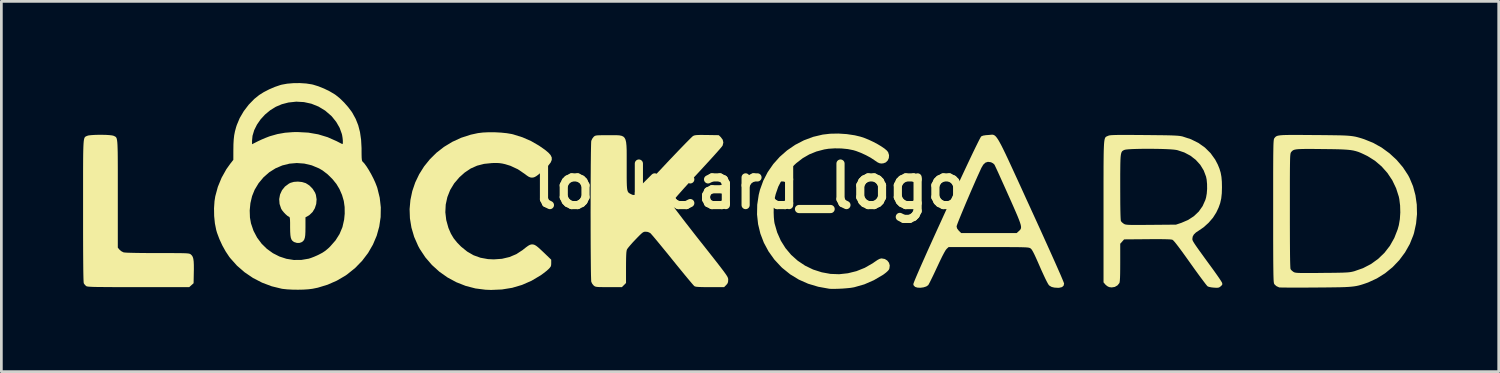
<source format=kicad_pcb>
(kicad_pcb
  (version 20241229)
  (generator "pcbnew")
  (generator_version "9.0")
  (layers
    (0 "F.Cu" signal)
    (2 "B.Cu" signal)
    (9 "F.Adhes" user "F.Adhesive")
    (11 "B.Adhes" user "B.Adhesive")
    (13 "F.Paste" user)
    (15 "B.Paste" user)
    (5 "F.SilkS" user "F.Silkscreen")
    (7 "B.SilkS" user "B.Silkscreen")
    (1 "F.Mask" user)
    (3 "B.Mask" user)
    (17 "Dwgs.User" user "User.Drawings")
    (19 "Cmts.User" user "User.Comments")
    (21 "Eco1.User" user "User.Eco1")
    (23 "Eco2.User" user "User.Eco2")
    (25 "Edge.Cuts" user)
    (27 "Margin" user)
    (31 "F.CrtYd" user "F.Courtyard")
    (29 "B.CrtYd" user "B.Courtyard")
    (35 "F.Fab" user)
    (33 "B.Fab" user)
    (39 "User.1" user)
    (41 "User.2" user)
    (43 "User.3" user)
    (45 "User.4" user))
  (footprint "lockcard_logo"
    (layer "F.Cu")
    (at 24.468 3.789)
    (property "Reference" "lockcard_logo" (at 0 0 0) (layer "F.SilkS") (effects (font (size 1.524 1.524) (thickness 0.3))))
    (attr board_only exclude_from_pos_files exclude_from_bom)
    (fp_poly (pts (xy -16.432 -0.157) (xy -16.299 -0.117) (xy -16.291 -0.114) (xy -16.156 -0.027) (xy -16.04 0.092) (xy -15.952 0.232) (xy -15.921 0.314) (xy -15.895 0.481) (xy -15.909 0.648) (xy -15.96 0.806) (xy -16.044 0.945) (xy -16.158 1.055) (xy -16.216 1.092) (xy -16.304 1.139) (xy -16.304 1.502) (xy -16.306 1.668) (xy -16.312 1.793) (xy -16.326 1.885) (xy -16.347 1.951) (xy -16.379 2) (xy -16.424 2.04) (xy -16.432 2.046) (xy -16.516 2.078) (xy -16.618 2.079) (xy -16.717 2.048) (xy -16.736 2.037) (xy -16.783 2.001) (xy -16.818 1.953) (xy -16.842 1.887) (xy -16.857 1.794) (xy -16.865 1.668) (xy -16.868 1.501) (xy -16.868 1.481) (xy -16.868 1.343) (xy -16.871 1.246) (xy -16.876 1.182) (xy -16.884 1.144) (xy -16.897 1.125) (xy -16.912 1.117) (xy -16.965 1.086) (xy -17.032 1.027) (xy -17.102 0.954) (xy -17.163 0.878) (xy -17.197 0.821) (xy -17.255 0.647) (xy -17.268 0.471) (xy -17.237 0.302) (xy -17.166 0.146) (xy -17.058 0.011) (xy -16.914 -0.096) (xy -16.856 -0.126) (xy -16.73 -0.162) (xy -16.583 -0.172)) (stroke (width 0) (type solid)) (fill yes) (layer "F.SilkS"))
    (fp_poly (pts (xy -23.626 -1.887) (xy -23.502 -1.879) (xy -23.405 -1.868) (xy -23.344 -1.853) (xy -23.341 -1.851) (xy -23.315 -1.838) (xy -23.292 -1.827) (xy -23.272 -1.814) (xy -23.255 -1.795) (xy -23.24 -1.769) (xy -23.229 -1.731) (xy -23.219 -1.678) (xy -23.211 -1.607) (xy -23.205 -1.516) (xy -23.201 -1.4) (xy -23.197 -1.257) (xy -23.195 -1.083) (xy -23.194 -0.875) (xy -23.193 -0.631) (xy -23.193 -0.346) (xy -23.193 -0.018) (xy -23.193 0.273) (xy -23.193 2.252) (xy -23.131 2.327) (xy -23.064 2.384) (xy -22.986 2.424) (xy -22.977 2.426) (xy -22.93 2.432) (xy -22.837 2.438) (xy -22.701 2.442) (xy -22.524 2.446) (xy -22.311 2.449) (xy -22.064 2.451) (xy -21.786 2.452) (xy -21.732 2.452) (xy -21.464 2.452) (xy -21.241 2.452) (xy -21.058 2.453) (xy -20.911 2.454) (xy -20.795 2.456) (xy -20.707 2.459) (xy -20.642 2.463) (xy -20.595 2.469) (xy -20.562 2.476) (xy -20.54 2.484) (xy -20.522 2.495) (xy -20.513 2.502) (xy -20.472 2.542) (xy -20.442 2.593) (xy -20.421 2.662) (xy -20.408 2.756) (xy -20.402 2.882) (xy -20.401 3.046) (xy -20.403 3.146) (xy -20.411 3.559) (xy -20.571 3.702) (xy -22.44 3.702) (xy -22.788 3.701) (xy -23.091 3.701) (xy -23.351 3.701) (xy -23.572 3.7) (xy -23.758 3.698) (xy -23.911 3.697) (xy -24.034 3.695) (xy -24.132 3.692) (xy -24.207 3.688) (xy -24.263 3.684) (xy -24.304 3.679) (xy -24.331 3.673) (xy -24.349 3.666) (xy -24.361 3.659) (xy -24.412 3.605) (xy -24.441 3.563) (xy -24.446 3.537) (xy -24.45 3.479) (xy -24.454 3.386) (xy -24.457 3.258) (xy -24.46 3.093) (xy -24.462 2.888) (xy -24.464 2.644) (xy -24.466 2.358) (xy -24.467 2.028) (xy -24.468 1.653) (xy -24.468 1.232) (xy -24.468 0.902) (xy -24.468 0.482) (xy -24.468 0.108) (xy -24.468 -0.223) (xy -24.468 -0.512) (xy -24.467 -0.764) (xy -24.466 -0.981) (xy -24.464 -1.165) (xy -24.461 -1.319) (xy -24.457 -1.447) (xy -24.452 -1.55) (xy -24.446 -1.632) (xy -24.438 -1.695) (xy -24.428 -1.742) (xy -24.417 -1.776) (xy -24.404 -1.8) (xy -24.389 -1.816) (xy -24.371 -1.828) (xy -24.352 -1.837) (xy -24.33 -1.847) (xy -24.321 -1.851) (xy -24.265 -1.867) (xy -24.17 -1.878) (xy -24.048 -1.886) (xy -23.91 -1.89) (xy -23.765 -1.89)) (stroke (width 0) (type solid)) (fill yes) (layer "F.SilkS"))
    (fp_poly (pts (xy 3.567 -1.916) (xy 3.861 -1.872) (xy 4.07 -1.822) (xy 4.22 -1.772) (xy 4.38 -1.707) (xy 4.541 -1.631) (xy 4.696 -1.549) (xy 4.836 -1.465) (xy 4.953 -1.385) (xy 5.039 -1.312) (xy 5.086 -1.253) (xy 5.12 -1.144) (xy 5.113 -1.038) (xy 5.071 -0.946) (xy 4.999 -0.876) (xy 4.914 -0.844) (xy 4.836 -0.836) (xy 4.765 -0.848) (xy 4.688 -0.885) (xy 4.592 -0.952) (xy 4.584 -0.957) (xy 4.445 -1.049) (xy 4.275 -1.141) (xy 4.091 -1.226) (xy 3.911 -1.295) (xy 3.812 -1.325) (xy 3.606 -1.366) (xy 3.372 -1.389) (xy 3.13 -1.393) (xy 2.898 -1.378) (xy 2.741 -1.353) (xy 2.453 -1.277) (xy 2.192 -1.171) (xy 1.95 -1.031) (xy 1.717 -0.851) (xy 1.567 -0.711) (xy 1.353 -0.476) (xy 1.183 -0.237) (xy 1.053 0.015) (xy 0.959 0.287) (xy 0.921 0.446) (xy 0.899 0.596) (xy 0.887 0.774) (xy 0.884 0.963) (xy 0.891 1.145) (xy 0.907 1.305) (xy 0.918 1.365) (xy 1.012 1.692) (xy 1.146 1.995) (xy 1.319 2.271) (xy 1.527 2.518) (xy 1.768 2.733) (xy 2.037 2.913) (xy 2.332 3.056) (xy 2.651 3.158) (xy 2.97 3.216) (xy 3.289 3.228) (xy 3.61 3.193) (xy 3.925 3.115) (xy 4.229 2.993) (xy 4.514 2.83) (xy 4.596 2.773) (xy 4.701 2.702) (xy 4.779 2.662) (xy 4.842 2.648) (xy 4.849 2.648) (xy 4.964 2.669) (xy 5.055 2.725) (xy 5.118 2.807) (xy 5.146 2.906) (xy 5.133 3.014) (xy 5.113 3.062) (xy 5.077 3.106) (xy 5.011 3.166) (xy 4.928 3.23) (xy 4.899 3.25) (xy 4.562 3.448) (xy 4.213 3.6) (xy 3.853 3.703) (xy 3.8 3.714) (xy 3.698 3.73) (xy 3.566 3.743) (xy 3.416 3.755) (xy 3.262 3.762) (xy 3.118 3.766) (xy 2.997 3.766) (xy 2.918 3.76) (xy 2.52 3.688) (xy 2.15 3.577) (xy 1.809 3.426) (xy 1.494 3.234) (xy 1.206 3.002) (xy 1.165 2.964) (xy 0.91 2.69) (xy 0.697 2.392) (xy 0.525 2.073) (xy 0.397 1.739) (xy 0.313 1.392) (xy 0.274 1.036) (xy 0.281 0.675) (xy 0.336 0.313) (xy 0.382 0.128) (xy 0.504 -0.208) (xy 0.667 -0.523) (xy 0.87 -0.816) (xy 1.107 -1.081) (xy 1.376 -1.317) (xy 1.673 -1.521) (xy 1.993 -1.687) (xy 2.334 -1.815) (xy 2.685 -1.898) (xy 2.961 -1.93) (xy 3.261 -1.936)) (stroke (width 0) (type solid)) (fill yes) (layer "F.SilkS"))
    (fp_poly (pts (xy -9.352 -1.983) (xy -9.125 -1.971) (xy -8.912 -1.949) (xy -8.728 -1.918) (xy -8.677 -1.905) (xy -8.338 -1.799) (xy -8.026 -1.663) (xy -7.727 -1.49) (xy -7.515 -1.342) (xy -7.39 -1.239) (xy -7.306 -1.147) (xy -7.263 -1.058) (xy -7.262 -0.968) (xy -7.303 -0.872) (xy -7.386 -0.765) (xy -7.511 -0.64) (xy -7.554 -0.601) (xy -7.673 -0.496) (xy -7.764 -0.42) (xy -7.834 -0.37) (xy -7.89 -0.339) (xy -7.94 -0.323) (xy -7.99 -0.319) (xy -7.996 -0.319) (xy -8.05 -0.326) (xy -8.108 -0.35) (xy -8.181 -0.398) (xy -8.253 -0.453) (xy -8.505 -0.624) (xy -8.779 -0.752) (xy -8.974 -0.812) (xy -9.081 -0.836) (xy -9.178 -0.85) (xy -9.283 -0.856) (xy -9.414 -0.854) (xy -9.462 -0.852) (xy -9.747 -0.823) (xy -10.003 -0.757) (xy -10.237 -0.653) (xy -10.458 -0.505) (xy -10.653 -0.331) (xy -10.844 -0.108) (xy -10.992 0.136) (xy -11.095 0.397) (xy -11.155 0.671) (xy -11.169 0.953) (xy -11.136 1.239) (xy -11.056 1.526) (xy -11.049 1.544) (xy -10.965 1.738) (xy -10.864 1.908) (xy -10.736 2.067) (xy -10.591 2.215) (xy -10.368 2.396) (xy -10.133 2.532) (xy -9.88 2.623) (xy -9.605 2.673) (xy -9.39 2.683) (xy -9.091 2.662) (xy -8.815 2.597) (xy -8.561 2.49) (xy -8.332 2.34) (xy -8.311 2.323) (xy -8.206 2.24) (xy -8.128 2.184) (xy -8.068 2.151) (xy -8.017 2.136) (xy -7.98 2.133) (xy -7.935 2.138) (xy -7.889 2.153) (xy -7.835 2.184) (xy -7.768 2.236) (xy -7.682 2.313) (xy -7.569 2.419) (xy -7.528 2.458) (xy -7.282 2.695) (xy -7.282 2.82) (xy -7.285 2.893) (xy -7.3 2.945) (xy -7.337 2.995) (xy -7.388 3.048) (xy -7.461 3.112) (xy -7.557 3.187) (xy -7.657 3.26) (xy -7.676 3.273) (xy -8.009 3.47) (xy -8.355 3.621) (xy -8.715 3.727) (xy -9.092 3.788) (xy -9.489 3.805) (xy -9.697 3.797) (xy -10.065 3.75) (xy -10.422 3.657) (xy -10.765 3.522) (xy -11.089 3.347) (xy -11.389 3.135) (xy -11.661 2.889) (xy -11.901 2.611) (xy -12.105 2.304) (xy -12.166 2.192) (xy -12.313 1.858) (xy -12.413 1.519) (xy -12.469 1.178) (xy -12.481 0.838) (xy -12.451 0.503) (xy -12.382 0.176) (xy -12.274 -0.141) (xy -12.129 -0.443) (xy -11.95 -0.728) (xy -11.737 -0.992) (xy -11.493 -1.233) (xy -11.219 -1.446) (xy -10.917 -1.63) (xy -10.589 -1.781) (xy -10.235 -1.895) (xy -9.972 -1.952) (xy -9.79 -1.974) (xy -9.579 -1.984)) (stroke (width 0) (type solid)) (fill yes) (layer "F.SilkS"))
    (fp_poly (pts (xy 8.921 -1.894) (xy 8.953 -1.888) (xy 8.984 -1.874) (xy 9.018 -1.85) (xy 9.053 -1.813) (xy 9.092 -1.761) (xy 9.137 -1.692) (xy 9.187 -1.604) (xy 9.246 -1.494) (xy 9.313 -1.36) (xy 9.391 -1.2) (xy 9.48 -1.012) (xy 9.582 -0.792) (xy 9.698 -0.54) (xy 9.83 -0.253) (xy 9.979 0.072) (xy 10.145 0.437) (xy 10.332 0.844) (xy 10.338 0.859) (xy 10.526 1.269) (xy 10.7 1.651) (xy 10.859 2.003) (xy 11.004 2.324) (xy 11.133 2.611) (xy 11.246 2.864) (xy 11.342 3.082) (xy 11.421 3.261) (xy 11.48 3.401) (xy 11.521 3.501) (xy 11.543 3.559) (xy 11.546 3.572) (xy 11.528 3.65) (xy 11.469 3.701) (xy 11.369 3.725) (xy 11.325 3.727) (xy 11.189 3.719) (xy 11.09 3.695) (xy 11.014 3.651) (xy 10.988 3.628) (xy 10.959 3.585) (xy 10.913 3.501) (xy 10.853 3.381) (xy 10.783 3.231) (xy 10.703 3.056) (xy 10.653 2.941) (xy 10.57 2.752) (xy 10.503 2.603) (xy 10.45 2.49) (xy 10.407 2.406) (xy 10.373 2.347) (xy 10.345 2.308) (xy 10.319 2.283) (xy 10.31 2.277) (xy 10.292 2.267) (xy 10.27 2.259) (xy 10.24 2.252) (xy 10.198 2.247) (xy 10.139 2.242) (xy 10.061 2.239) (xy 9.96 2.236) (xy 9.83 2.234) (xy 9.67 2.233) (xy 9.474 2.232) (xy 9.239 2.231) (xy 8.962 2.231) (xy 8.771 2.231) (xy 7.307 2.231) (xy 7.234 2.299) (xy 7.196 2.347) (xy 7.142 2.44) (xy 7.07 2.577) (xy 6.982 2.758) (xy 6.88 2.975) (xy 6.804 3.138) (xy 6.733 3.288) (xy 6.669 3.418) (xy 6.617 3.523) (xy 6.578 3.596) (xy 6.557 3.631) (xy 6.556 3.631) (xy 6.486 3.678) (xy 6.386 3.71) (xy 6.273 3.725) (xy 6.164 3.72) (xy 6.08 3.695) (xy 6.025 3.642) (xy 6.011 3.596) (xy 6.02 3.563) (xy 6.048 3.488) (xy 6.094 3.376) (xy 6.156 3.23) (xy 6.233 3.052) (xy 6.323 2.848) (xy 6.425 2.619) (xy 6.536 2.369) (xy 6.657 2.102) (xy 6.784 1.821) (xy 6.916 1.53) (xy 6.943 1.472) (xy 7.6 1.472) (xy 7.616 1.544) (xy 7.67 1.618) (xy 7.684 1.633) (xy 7.767 1.716) (xy 9.806 1.716) (xy 9.881 1.649) (xy 9.913 1.619) (xy 9.939 1.59) (xy 9.957 1.559) (xy 9.966 1.522) (xy 9.965 1.473) (xy 9.953 1.411) (xy 9.928 1.329) (xy 9.89 1.226) (xy 9.838 1.096) (xy 9.769 0.935) (xy 9.684 0.74) (xy 9.581 0.507) (xy 9.504 0.336) (xy 9.407 0.118) (xy 9.315 -0.086) (xy 9.23 -0.274) (xy 9.155 -0.441) (xy 9.091 -0.581) (xy 9.04 -0.69) (xy 9.005 -0.764) (xy 8.988 -0.797) (xy 8.939 -0.843) (xy 8.868 -0.88) (xy 8.854 -0.884) (xy 8.749 -0.898) (xy 8.658 -0.868) (xy 8.579 -0.794) (xy 8.511 -0.678) (xy 8.446 -0.536) (xy 8.371 -0.372) (xy 8.29 -0.19) (xy 8.205 0.005) (xy 8.117 0.207) (xy 8.03 0.41) (xy 7.944 0.611) (xy 7.864 0.802) (xy 7.79 0.98) (xy 7.725 1.138) (xy 7.671 1.272) (xy 7.631 1.376) (xy 7.607 1.445) (xy 7.6 1.472) (xy 6.943 1.472) (xy 7.053 1.231) (xy 7.191 0.928) (xy 7.331 0.625) (xy 7.469 0.325) (xy 7.606 0.03) (xy 7.738 -0.254) (xy 7.865 -0.525) (xy 7.985 -0.781) (xy 8.096 -1.016) (xy 8.197 -1.228) (xy 8.287 -1.414) (xy 8.364 -1.57) (xy 8.425 -1.692) (xy 8.471 -1.778) (xy 8.498 -1.825) (xy 8.504 -1.831) (xy 8.571 -1.86) (xy 8.676 -1.877) (xy 8.765 -1.883) (xy 8.811 -1.887) (xy 8.851 -1.891) (xy 8.887 -1.894)) (stroke (width 0) (type solid)) (fill yes) (layer "F.SilkS"))
    (fp_poly (pts (xy -16.279 -3.774) (xy -16.072 -3.742) (xy -16.024 -3.731) (xy -15.83 -3.671) (xy -15.621 -3.587) (xy -15.418 -3.488) (xy -15.239 -3.382) (xy -15.192 -3.35) (xy -15.041 -3.228) (xy -14.885 -3.076) (xy -14.738 -2.909) (xy -14.612 -2.743) (xy -14.58 -2.693) (xy -14.459 -2.472) (xy -14.367 -2.24) (xy -14.302 -1.989) (xy -14.262 -1.712) (xy -14.245 -1.401) (xy -14.245 -1.311) (xy -14.244 -1.162) (xy -14.241 -1.054) (xy -14.235 -0.981) (xy -14.225 -0.936) (xy -14.212 -0.911) (xy -14.208 -0.907) (xy -14.141 -0.837) (xy -14.062 -0.729) (xy -13.977 -0.595) (xy -13.891 -0.444) (xy -13.809 -0.285) (xy -13.737 -0.127) (xy -13.68 0.019) (xy -13.666 0.061) (xy -13.578 0.418) (xy -13.538 0.775) (xy -13.544 1.129) (xy -13.595 1.477) (xy -13.689 1.815) (xy -13.827 2.14) (xy -14.005 2.448) (xy -14.224 2.736) (xy -14.481 3) (xy -14.776 3.237) (xy -14.838 3.28) (xy -15.152 3.464) (xy -15.492 3.613) (xy -15.849 3.722) (xy -16.044 3.762) (xy -16.195 3.781) (xy -16.379 3.793) (xy -16.58 3.797) (xy -16.783 3.794) (xy -16.973 3.784) (xy -17.134 3.767) (xy -17.174 3.761) (xy -17.543 3.671) (xy -17.896 3.538) (xy -18.231 3.365) (xy -18.54 3.155) (xy -18.82 2.912) (xy -19.065 2.637) (xy -19.103 2.588) (xy -19.233 2.393) (xy -19.357 2.17) (xy -19.465 1.935) (xy -19.55 1.708) (xy -19.58 1.606) (xy -19.629 1.361) (xy -19.656 1.09) (xy -19.659 0.886) (xy -18.351 0.886) (xy -18.342 1.149) (xy -18.304 1.361) (xy -18.211 1.635) (xy -18.079 1.885) (xy -17.914 2.107) (xy -17.719 2.298) (xy -17.499 2.456) (xy -17.259 2.578) (xy -17.003 2.662) (xy -16.734 2.705) (xy -16.459 2.704) (xy -16.186 2.658) (xy -16.102 2.631) (xy -15.992 2.589) (xy -15.875 2.538) (xy -15.816 2.51) (xy -15.683 2.44) (xy -15.575 2.368) (xy -15.47 2.28) (xy -15.397 2.21) (xy -15.201 1.987) (xy -15.052 1.751) (xy -14.946 1.498) (xy -14.884 1.223) (xy -14.863 1.005) (xy -14.866 0.76) (xy -14.897 0.538) (xy -14.961 0.32) (xy -15.057 0.099) (xy -15.169 -0.087) (xy -15.318 -0.27) (xy -15.49 -0.439) (xy -15.675 -0.581) (xy -15.805 -0.657) (xy -16.073 -0.769) (xy -16.347 -0.834) (xy -16.621 -0.854) (xy -16.891 -0.831) (xy -17.153 -0.766) (xy -17.402 -0.66) (xy -17.633 -0.515) (xy -17.842 -0.332) (xy -18.024 -0.114) (xy -18.17 0.128) (xy -18.264 0.361) (xy -18.325 0.619) (xy -18.351 0.886) (xy -19.659 0.886) (xy -19.661 0.812) (xy -19.643 0.545) (xy -19.615 0.368) (xy -19.521 0.022) (xy -19.384 -0.312) (xy -19.209 -0.625) (xy -19.062 -0.831) (xy -18.952 -0.971) (xy -18.951 -1.325) (xy -18.948 -1.54) (xy -18.948 -1.544) (xy -18.265 -1.544) (xy -18.043 -1.656) (xy -17.917 -1.715) (xy -17.774 -1.776) (xy -17.642 -1.827) (xy -17.607 -1.839) (xy -17.333 -1.917) (xy -17.054 -1.966) (xy -16.755 -1.989) (xy -16.586 -1.991) (xy -16.199 -1.97) (xy -15.836 -1.907) (xy -15.489 -1.802) (xy -15.164 -1.658) (xy -15.075 -1.612) (xy -15.002 -1.575) (xy -14.958 -1.553) (xy -14.949 -1.549) (xy -14.936 -1.563) (xy -14.931 -1.614) (xy -14.933 -1.69) (xy -14.942 -1.78) (xy -14.957 -1.871) (xy -14.969 -1.923) (xy -15.05 -2.147) (xy -15.175 -2.364) (xy -15.335 -2.563) (xy -15.36 -2.589) (xy -15.58 -2.778) (xy -15.824 -2.926) (xy -16.085 -3.031) (xy -16.359 -3.091) (xy -16.642 -3.107) (xy -16.928 -3.076) (xy -17.171 -3.013) (xy -17.392 -2.919) (xy -17.599 -2.791) (xy -17.787 -2.635) (xy -17.951 -2.457) (xy -18.085 -2.263) (xy -18.186 -2.06) (xy -18.248 -1.853) (xy -18.265 -1.675) (xy -18.265 -1.544) (xy -18.948 -1.544) (xy -18.938 -1.719) (xy -18.92 -1.876) (xy -18.891 -2.022) (xy -18.85 -2.171) (xy -18.826 -2.246) (xy -18.718 -2.504) (xy -18.569 -2.758) (xy -18.388 -2.995) (xy -18.182 -3.207) (xy -18.004 -3.35) (xy -17.836 -3.456) (xy -17.638 -3.558) (xy -17.429 -3.648) (xy -17.229 -3.716) (xy -17.173 -3.731) (xy -16.975 -3.767) (xy -16.748 -3.786) (xy -16.51 -3.789)) (stroke (width 0) (type solid)) (fill yes) (layer "F.SilkS"))
    (fp_poly (pts (xy -1.604 -1.883) (xy -1.565 -1.883) (xy -1.131 -1.876) (xy -1.056 -1.804) (xy -0.986 -1.709) (xy -0.963 -1.607) (xy -0.988 -1.502) (xy -0.996 -1.486) (xy -1.022 -1.452) (xy -1.077 -1.386) (xy -1.159 -1.292) (xy -1.265 -1.173) (xy -1.391 -1.033) (xy -1.534 -0.877) (xy -1.691 -0.706) (xy -1.857 -0.526) (xy -1.912 -0.467) (xy -2.081 -0.285) (xy -2.24 -0.111) (xy -2.387 0.05) (xy -2.517 0.196) (xy -2.628 0.321) (xy -2.716 0.423) (xy -2.778 0.498) (xy -2.811 0.542) (xy -2.815 0.549) (xy -2.835 0.615) (xy -2.828 0.673) (xy -2.812 0.713) (xy -2.791 0.747) (xy -2.742 0.815) (xy -2.668 0.915) (xy -2.571 1.042) (xy -2.455 1.195) (xy -2.321 1.368) (xy -2.172 1.559) (xy -2.012 1.765) (xy -1.842 1.981) (xy -1.781 2.058) (xy -1.582 2.309) (xy -1.412 2.525) (xy -1.268 2.708) (xy -1.148 2.862) (xy -1.05 2.989) (xy -0.971 3.093) (xy -0.91 3.176) (xy -0.863 3.242) (xy -0.83 3.293) (xy -0.808 3.333) (xy -0.795 3.364) (xy -0.788 3.389) (xy -0.785 3.412) (xy -0.785 3.436) (xy -0.791 3.518) (xy -0.816 3.576) (xy -0.86 3.627) (xy -0.935 3.702) (xy -1.455 3.702) (xy -1.636 3.702) (xy -1.774 3.699) (xy -1.875 3.695) (xy -1.946 3.689) (xy -1.993 3.68) (xy -2.023 3.668) (xy -2.028 3.665) (xy -2.053 3.639) (xy -2.106 3.579) (xy -2.183 3.488) (xy -2.282 3.37) (xy -2.398 3.23) (xy -2.528 3.071) (xy -2.671 2.896) (xy -2.821 2.711) (xy -2.832 2.697) (xy -2.983 2.51) (xy -3.127 2.334) (xy -3.26 2.172) (xy -3.378 2.028) (xy -3.479 1.907) (xy -3.56 1.812) (xy -3.616 1.748) (xy -3.646 1.717) (xy -3.646 1.716) (xy -3.731 1.677) (xy -3.81 1.667) (xy -3.849 1.668) (xy -3.883 1.676) (xy -3.921 1.696) (xy -3.967 1.733) (xy -4.029 1.791) (xy -4.114 1.877) (xy -4.189 1.955) (xy -4.287 2.058) (xy -4.373 2.155) (xy -4.443 2.238) (xy -4.489 2.299) (xy -4.502 2.322) (xy -4.514 2.363) (xy -4.523 2.428) (xy -4.529 2.522) (xy -4.533 2.65) (xy -4.535 2.817) (xy -4.536 2.976) (xy -4.536 3.551) (xy -4.687 3.702) (xy -5.169 3.702) (xy -5.335 3.702) (xy -5.459 3.7) (xy -5.548 3.698) (xy -5.611 3.692) (xy -5.654 3.684) (xy -5.685 3.671) (xy -5.71 3.654) (xy -5.719 3.647) (xy -5.774 3.583) (xy -5.811 3.507) (xy -5.811 3.506) (xy -5.815 3.468) (xy -5.818 3.385) (xy -5.822 3.26) (xy -5.825 3.099) (xy -5.827 2.905) (xy -5.829 2.682) (xy -5.831 2.434) (xy -5.833 2.166) (xy -5.834 1.881) (xy -5.835 1.583) (xy -5.835 1.276) (xy -5.836 0.965) (xy -5.835 0.653) (xy -5.835 0.344) (xy -5.834 0.044) (xy -5.833 -0.246) (xy -5.831 -0.52) (xy -5.83 -0.774) (xy -5.827 -1.005) (xy -5.825 -1.208) (xy -5.822 -1.379) (xy -5.819 -1.515) (xy -5.816 -1.611) (xy -5.812 -1.663) (xy -5.811 -1.669) (xy -5.776 -1.747) (xy -5.725 -1.814) (xy -5.723 -1.816) (xy -5.7 -1.836) (xy -5.676 -1.851) (xy -5.643 -1.862) (xy -5.594 -1.869) (xy -5.523 -1.873) (xy -5.421 -1.875) (xy -5.282 -1.876) (xy -5.174 -1.876) (xy -5.019 -1.876) (xy -4.89 -1.876) (xy -4.785 -1.87) (xy -4.701 -1.854) (xy -4.636 -1.825) (xy -4.588 -1.778) (xy -4.554 -1.709) (xy -4.532 -1.614) (xy -4.519 -1.489) (xy -4.512 -1.33) (xy -4.511 -1.131) (xy -4.511 -0.891) (xy -4.511 -0.742) (xy -4.511 -0.502) (xy -4.511 -0.306) (xy -4.509 -0.149) (xy -4.505 -0.026) (xy -4.498 0.067) (xy -4.488 0.136) (xy -4.473 0.185) (xy -4.454 0.22) (xy -4.428 0.245) (xy -4.397 0.265) (xy -4.36 0.284) (xy -4.326 0.301) (xy -4.294 0.314) (xy -4.263 0.319) (xy -4.229 0.314) (xy -4.189 0.298) (xy -4.14 0.267) (xy -4.08 0.219) (xy -4.006 0.152) (xy -3.915 0.063) (xy -3.804 -0.05) (xy -3.67 -0.189) (xy -3.511 -0.357) (xy -3.323 -0.556) (xy -3.136 -0.755) (xy -2.956 -0.947) (xy -2.783 -1.128) (xy -2.622 -1.297) (xy -2.475 -1.449) (xy -2.346 -1.582) (xy -2.238 -1.691) (xy -2.155 -1.774) (xy -2.099 -1.827) (xy -2.075 -1.846) (xy -2.042 -1.862) (xy -2.001 -1.873) (xy -1.944 -1.88) (xy -1.865 -1.884) (xy -1.754 -1.885)) (stroke (width 0) (type solid)) (fill yes) (layer "F.SilkS"))
    (fp_poly (pts (xy 20.218 -1.885) (xy 20.471 -1.883) (xy 20.745 -1.881) (xy 21.041 -1.879) (xy 21.292 -1.876) (xy 21.504 -1.873) (xy 21.682 -1.87) (xy 21.831 -1.865) (xy 21.955 -1.858) (xy 22.06 -1.849) (xy 22.151 -1.837) (xy 22.233 -1.823) (xy 22.31 -1.805) (xy 22.388 -1.783) (xy 22.472 -1.758) (xy 22.565 -1.727) (xy 22.568 -1.726) (xy 22.893 -1.595) (xy 23.203 -1.422) (xy 23.492 -1.211) (xy 23.754 -0.969) (xy 23.984 -0.699) (xy 24.175 -0.408) (xy 24.229 -0.306) (xy 24.357 -0.000071) (xy 24.445 0.328) (xy 24.494 0.671) (xy 24.502 1.021) (xy 24.468 1.369) (xy 24.394 1.709) (xy 24.368 1.793) (xy 24.237 2.12) (xy 24.063 2.427) (xy 23.851 2.712) (xy 23.606 2.969) (xy 23.33 3.194) (xy 23.03 3.382) (xy 22.709 3.53) (xy 22.604 3.567) (xy 22.515 3.597) (xy 22.434 3.622) (xy 22.356 3.643) (xy 22.277 3.66) (xy 22.191 3.674) (xy 22.095 3.685) (xy 21.982 3.694) (xy 21.848 3.701) (xy 21.689 3.706) (xy 21.499 3.709) (xy 21.273 3.712) (xy 21.008 3.715) (xy 20.766 3.716) (xy 20.519 3.718) (xy 20.285 3.719) (xy 20.071 3.719) (xy 19.881 3.719) (xy 19.718 3.718) (xy 19.589 3.717) (xy 19.498 3.715) (xy 19.449 3.713) (xy 19.442 3.712) (xy 19.341 3.665) (xy 19.277 3.608) (xy 19.256 3.575) (xy 19.251 3.559) (xy 19.246 3.529) (xy 19.241 3.484) (xy 19.237 3.422) (xy 19.234 3.339) (xy 19.231 3.232) (xy 19.229 3.1) (xy 19.227 2.939) (xy 19.225 2.748) (xy 19.224 2.522) (xy 19.223 2.26) (xy 19.222 1.959) (xy 19.222 1.617) (xy 19.222 1.23) (xy 19.222 0.9) (xy 19.835 0.9) (xy 19.835 1.322) (xy 19.836 1.696) (xy 19.837 2.023) (xy 19.839 2.303) (xy 19.841 2.537) (xy 19.844 2.726) (xy 19.848 2.87) (xy 19.852 2.971) (xy 19.857 3.029) (xy 19.861 3.043) (xy 19.899 3.089) (xy 19.957 3.136) (xy 19.965 3.141) (xy 19.986 3.153) (xy 20.01 3.163) (xy 20.042 3.17) (xy 20.087 3.176) (xy 20.149 3.18) (xy 20.233 3.183) (xy 20.344 3.184) (xy 20.487 3.184) (xy 20.668 3.183) (xy 20.889 3.182) (xy 21.024 3.18) (xy 21.271 3.178) (xy 21.475 3.176) (xy 21.641 3.173) (xy 21.774 3.17) (xy 21.88 3.165) (xy 21.965 3.16) (xy 22.032 3.153) (xy 22.089 3.144) (xy 22.141 3.133) (xy 22.192 3.12) (xy 22.2 3.118) (xy 22.52 3.006) (xy 22.813 2.854) (xy 23.077 2.664) (xy 23.309 2.44) (xy 23.508 2.183) (xy 23.669 1.897) (xy 23.791 1.585) (xy 23.835 1.429) (xy 23.873 1.207) (xy 23.889 0.96) (xy 23.882 0.709) (xy 23.853 0.472) (xy 23.834 0.38) (xy 23.735 0.071) (xy 23.595 -0.221) (xy 23.416 -0.489) (xy 23.203 -0.729) (xy 22.961 -0.936) (xy 22.692 -1.105) (xy 22.642 -1.13) (xy 22.533 -1.183) (xy 22.437 -1.227) (xy 22.347 -1.263) (xy 22.257 -1.291) (xy 22.162 -1.314) (xy 22.056 -1.331) (xy 21.932 -1.343) (xy 21.785 -1.352) (xy 21.609 -1.359) (xy 21.397 -1.363) (xy 21.145 -1.366) (xy 21.04 -1.367) (xy 20.784 -1.37) (xy 20.572 -1.371) (xy 20.4 -1.371) (xy 20.263 -1.368) (xy 20.156 -1.364) (xy 20.074 -1.356) (xy 20.013 -1.345) (xy 19.969 -1.33) (xy 19.936 -1.311) (xy 19.909 -1.287) (xy 19.885 -1.258) (xy 19.883 -1.256) (xy 19.874 -1.244) (xy 19.867 -1.229) (xy 19.86 -1.208) (xy 19.855 -1.178) (xy 19.85 -1.136) (xy 19.846 -1.078) (xy 19.843 -1.001) (xy 19.841 -0.902) (xy 19.839 -0.779) (xy 19.837 -0.627) (xy 19.836 -0.444) (xy 19.835 -0.226) (xy 19.835 0.029) (xy 19.835 0.325) (xy 19.835 0.664) (xy 19.835 0.9) (xy 19.222 0.9) (xy 19.222 0.899) (xy 19.222 0.485) (xy 19.222 0.117) (xy 19.222 -0.207) (xy 19.222 -0.491) (xy 19.223 -0.737) (xy 19.224 -0.949) (xy 19.225 -1.128) (xy 19.227 -1.277) (xy 19.229 -1.4) (xy 19.231 -1.5) (xy 19.234 -1.578) (xy 19.238 -1.638) (xy 19.242 -1.683) (xy 19.247 -1.716) (xy 19.252 -1.738) (xy 19.259 -1.754) (xy 19.266 -1.766) (xy 19.27 -1.771) (xy 19.291 -1.797) (xy 19.313 -1.819) (xy 19.34 -1.837) (xy 19.376 -1.852) (xy 19.425 -1.863) (xy 19.491 -1.872) (xy 19.578 -1.879) (xy 19.69 -1.883) (xy 19.832 -1.885) (xy 20.006 -1.886)) (stroke (width 0) (type solid)) (fill yes) (layer "F.SilkS"))
    (fp_poly (pts (xy 13.938 -1.885) (xy 14.169 -1.884) (xy 14.444 -1.882) (xy 14.485 -1.881) (xy 14.77 -1.879) (xy 15.01 -1.876) (xy 15.211 -1.874) (xy 15.376 -1.871) (xy 15.51 -1.867) (xy 15.617 -1.862) (xy 15.703 -1.857) (xy 15.77 -1.851) (xy 15.825 -1.843) (xy 15.872 -1.834) (xy 15.897 -1.828) (xy 16.204 -1.727) (xy 16.478 -1.591) (xy 16.718 -1.42) (xy 16.923 -1.217) (xy 17.092 -0.982) (xy 17.188 -0.799) (xy 17.251 -0.645) (xy 17.295 -0.498) (xy 17.323 -0.344) (xy 17.338 -0.168) (xy 17.342 0.037) (xy 17.336 0.259) (xy 17.315 0.448) (xy 17.277 0.618) (xy 17.218 0.783) (xy 17.135 0.958) (xy 17.134 0.961) (xy 17.011 1.155) (xy 16.851 1.34) (xy 16.668 1.505) (xy 16.505 1.617) (xy 16.386 1.696) (xy 16.309 1.771) (xy 16.267 1.848) (xy 16.255 1.933) (xy 16.256 1.953) (xy 16.262 1.976) (xy 16.273 2.004) (xy 16.294 2.042) (xy 16.325 2.093) (xy 16.37 2.161) (xy 16.431 2.249) (xy 16.51 2.36) (xy 16.61 2.498) (xy 16.732 2.667) (xy 16.88 2.87) (xy 16.978 3.003) (xy 17.076 3.139) (xy 17.165 3.265) (xy 17.241 3.375) (xy 17.299 3.463) (xy 17.335 3.521) (xy 17.344 3.539) (xy 17.357 3.588) (xy 17.344 3.625) (xy 17.298 3.67) (xy 17.298 3.67) (xy 17.256 3.703) (xy 17.214 3.72) (xy 17.158 3.726) (xy 17.07 3.722) (xy 17.049 3.721) (xy 16.948 3.71) (xy 16.863 3.692) (xy 16.814 3.672) (xy 16.788 3.644) (xy 16.737 3.581) (xy 16.665 3.486) (xy 16.574 3.365) (xy 16.468 3.221) (xy 16.351 3.06) (xy 16.226 2.885) (xy 16.175 2.813) (xy 16.012 2.585) (xy 15.875 2.395) (xy 15.762 2.243) (xy 15.672 2.125) (xy 15.604 2.041) (xy 15.555 1.988) (xy 15.525 1.964) (xy 15.524 1.963) (xy 15.484 1.955) (xy 15.408 1.948) (xy 15.294 1.944) (xy 15.139 1.941) (xy 14.941 1.94) (xy 14.697 1.941) (xy 14.603 1.942) (xy 13.75 1.949) (xy 13.679 2.029) (xy 13.607 2.109) (xy 13.607 2.801) (xy 13.606 3.028) (xy 13.604 3.21) (xy 13.6 3.35) (xy 13.594 3.451) (xy 13.586 3.518) (xy 13.576 3.553) (xy 13.506 3.638) (xy 13.408 3.694) (xy 13.293 3.713) (xy 13.199 3.7) (xy 13.13 3.665) (xy 13.065 3.611) (xy 13.058 3.602) (xy 12.994 3.527) (xy 12.994 0.929) (xy 12.994 0.506) (xy 12.994 0.13) (xy 12.994 0.037) (xy 13.607 0.037) (xy 13.608 0.361) (xy 13.609 0.637) (xy 13.612 0.863) (xy 13.616 1.04) (xy 13.621 1.169) (xy 13.627 1.248) (xy 13.633 1.278) (xy 13.671 1.324) (xy 13.73 1.37) (xy 13.737 1.375) (xy 13.759 1.388) (xy 13.785 1.398) (xy 13.818 1.406) (xy 13.864 1.411) (xy 13.929 1.416) (xy 14.017 1.418) (xy 14.133 1.419) (xy 14.282 1.419) (xy 14.47 1.418) (xy 14.701 1.416) (xy 14.735 1.416) (xy 15.654 1.408) (xy 15.852 1.342) (xy 16.099 1.236) (xy 16.312 1.097) (xy 16.491 0.927) (xy 16.631 0.728) (xy 16.732 0.503) (xy 16.758 0.415) (xy 16.784 0.269) (xy 16.797 0.098) (xy 16.795 -0.081) (xy 16.78 -0.246) (xy 16.758 -0.354) (xy 16.672 -0.582) (xy 16.545 -0.789) (xy 16.38 -0.971) (xy 16.184 -1.123) (xy 15.96 -1.242) (xy 15.713 -1.324) (xy 15.662 -1.335) (xy 15.58 -1.346) (xy 15.461 -1.356) (xy 15.312 -1.364) (xy 15.141 -1.37) (xy 14.955 -1.374) (xy 14.76 -1.376) (xy 14.564 -1.376) (xy 14.374 -1.375) (xy 14.198 -1.371) (xy 14.041 -1.366) (xy 13.913 -1.358) (xy 13.819 -1.349) (xy 13.767 -1.338) (xy 13.732 -1.323) (xy 13.703 -1.307) (xy 13.678 -1.286) (xy 13.658 -1.256) (xy 13.643 -1.213) (xy 13.63 -1.152) (xy 13.621 -1.07) (xy 13.615 -0.962) (xy 13.611 -0.826) (xy 13.609 -0.655) (xy 13.607 -0.447) (xy 13.607 -0.197) (xy 13.607 0.037) (xy 12.994 0.037) (xy 12.994 -0.202) (xy 12.995 -0.494) (xy 12.995 -0.747) (xy 12.997 -0.966) (xy 12.999 -1.151) (xy 13.002 -1.307) (xy 13.007 -1.436) (xy 13.012 -1.541) (xy 13.019 -1.624) (xy 13.028 -1.689) (xy 13.038 -1.737) (xy 13.05 -1.772) (xy 13.065 -1.797) (xy 13.081 -1.814) (xy 13.1 -1.826) (xy 13.121 -1.835) (xy 13.145 -1.846) (xy 13.153 -1.849) (xy 13.177 -1.859) (xy 13.206 -1.867) (xy 13.246 -1.873) (xy 13.3 -1.878) (xy 13.373 -1.881) (xy 13.469 -1.884) (xy 13.593 -1.885) (xy 13.748 -1.885)) (stroke (width 0) (type solid)) (fill yes) (layer "F.SilkS")))
  (gr_rect
    (start -3 -3)
    (end 51.97 10.593)
    (stroke (width 0.1) (type default))
    (fill no)
    (layer "Edge.Cuts")))
</source>
